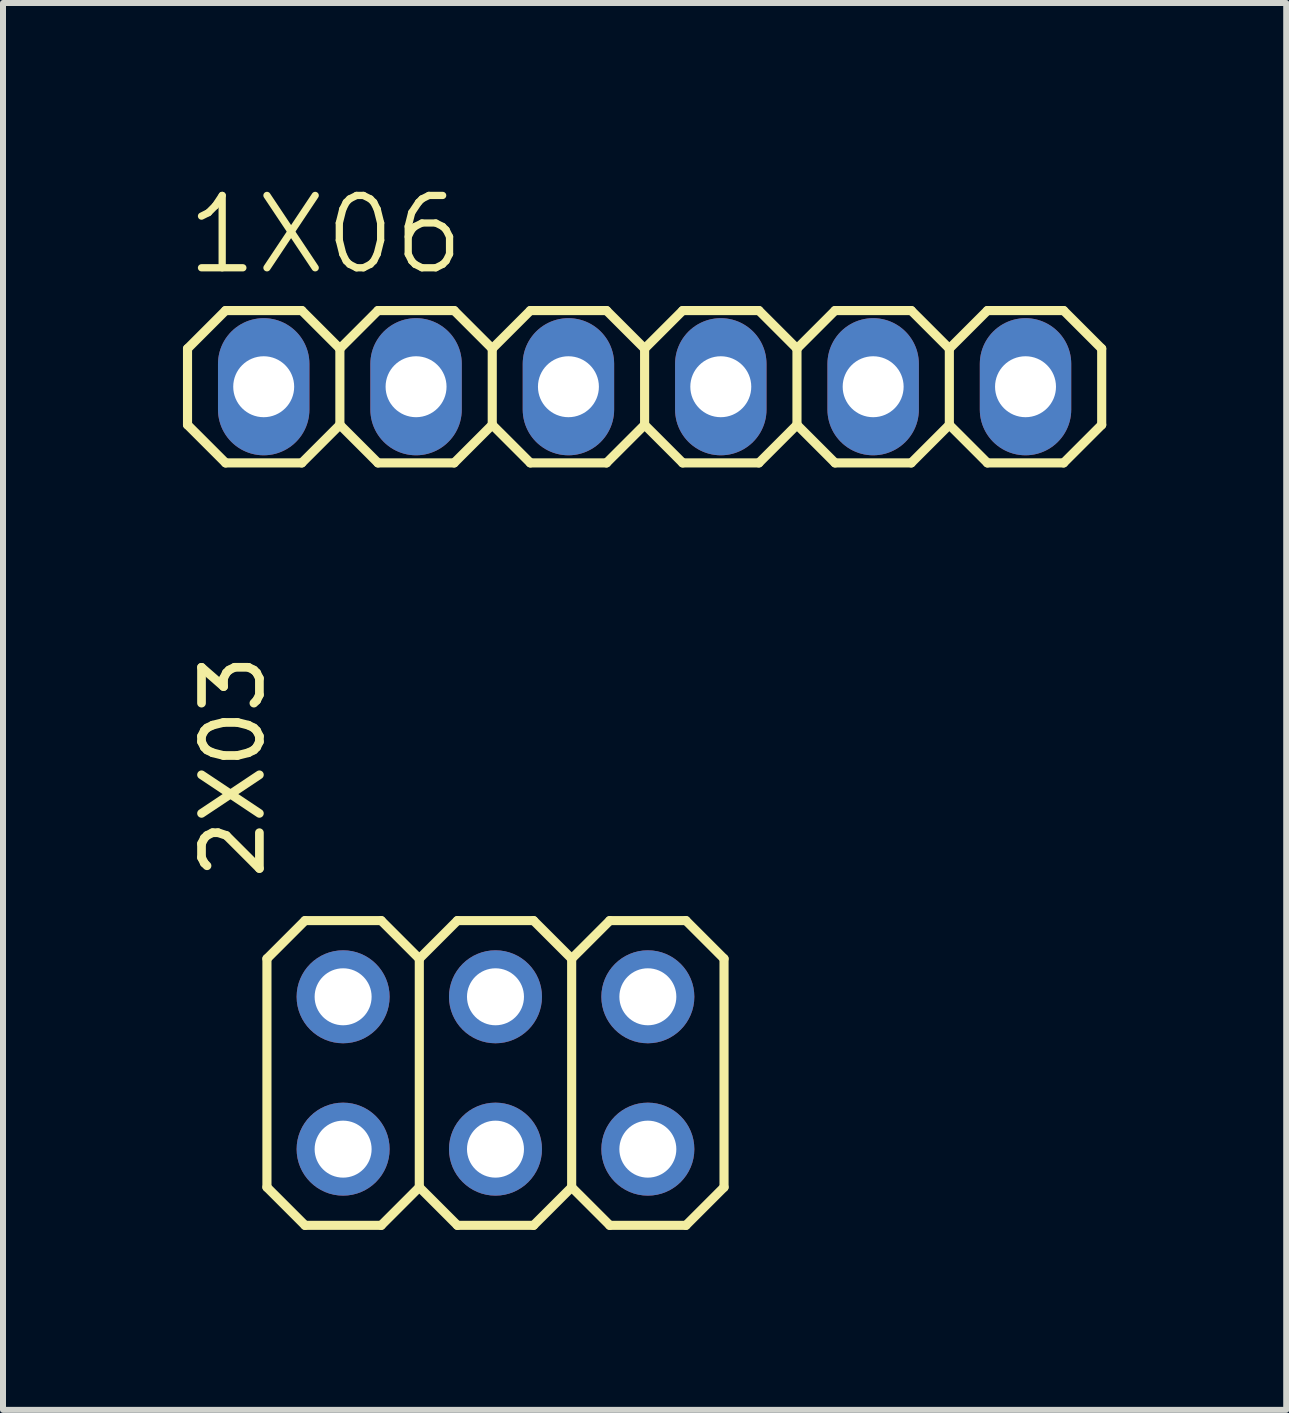
<source format=kicad_pcb>
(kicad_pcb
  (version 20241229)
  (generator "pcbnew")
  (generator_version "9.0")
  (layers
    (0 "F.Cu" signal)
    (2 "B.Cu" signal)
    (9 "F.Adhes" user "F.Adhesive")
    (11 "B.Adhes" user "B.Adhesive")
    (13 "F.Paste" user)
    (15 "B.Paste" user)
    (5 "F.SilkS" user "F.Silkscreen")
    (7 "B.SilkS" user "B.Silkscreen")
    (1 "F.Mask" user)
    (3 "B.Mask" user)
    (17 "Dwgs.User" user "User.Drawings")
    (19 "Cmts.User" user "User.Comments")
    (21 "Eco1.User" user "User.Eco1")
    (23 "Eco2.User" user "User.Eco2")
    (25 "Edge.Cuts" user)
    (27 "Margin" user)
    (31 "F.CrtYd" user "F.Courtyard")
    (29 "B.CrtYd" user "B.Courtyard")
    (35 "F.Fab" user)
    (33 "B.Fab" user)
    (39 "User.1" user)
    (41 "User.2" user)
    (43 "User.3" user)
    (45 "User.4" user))
  (footprint "2X03"
    (layer "F.Cu")
    (at 5.21 14.837)
    (property "Reference" "2X03" (at -3.81 -3.175 90) (layer "F.SilkS") (effects (font (size 0.965 0.965) (thickness 0.145)) (justify left bottom)))
    (attr through_hole)
    (fp_line (start -3.81 -1.905) (end -3.175 -2.54) (stroke (width 0.152) (type solid)) (layer "F.SilkS"))
    (fp_line (start -3.81 1.905) (end -3.81 -1.905) (stroke (width 0.152) (type solid)) (layer "F.SilkS"))
    (fp_line (start -3.81 1.905) (end -3.175 2.54) (stroke (width 0.152) (type solid)) (layer "F.SilkS"))
    (fp_line (start -3.175 -2.54) (end -1.905 -2.54) (stroke (width 0.152) (type solid)) (layer "F.SilkS"))
    (fp_line (start -3.175 2.54) (end -1.905 2.54) (stroke (width 0.152) (type solid)) (layer "F.SilkS"))
    (fp_line (start -1.905 -2.54) (end -1.27 -1.905) (stroke (width 0.152) (type solid)) (layer "F.SilkS"))
    (fp_line (start -1.905 2.54) (end -1.27 1.905) (stroke (width 0.152) (type solid)) (layer "F.SilkS"))
    (fp_line (start -1.27 -1.905) (end -1.27 1.905) (stroke (width 0.152) (type solid)) (layer "F.SilkS"))
    (fp_line (start -1.27 -1.905) (end -0.635 -2.54) (stroke (width 0.152) (type solid)) (layer "F.SilkS"))
    (fp_line (start -1.27 1.905) (end -0.635 2.54) (stroke (width 0.152) (type solid)) (layer "F.SilkS"))
    (fp_line (start -0.635 -2.54) (end 0.635 -2.54) (stroke (width 0.152) (type solid)) (layer "F.SilkS"))
    (fp_line (start -0.635 2.54) (end 0.635 2.54) (stroke (width 0.152) (type solid)) (layer "F.SilkS"))
    (fp_line (start 0.635 -2.54) (end 1.27 -1.905) (stroke (width 0.152) (type solid)) (layer "F.SilkS"))
    (fp_line (start 0.635 2.54) (end 1.27 1.905) (stroke (width 0.152) (type solid)) (layer "F.SilkS"))
    (fp_line (start 1.27 -1.905) (end 1.27 1.905) (stroke (width 0.152) (type solid)) (layer "F.SilkS"))
    (fp_line (start 1.27 -1.905) (end 1.905 -2.54) (stroke (width 0.152) (type solid)) (layer "F.SilkS"))
    (fp_line (start 1.27 1.905) (end 1.905 2.54) (stroke (width 0.152) (type solid)) (layer "F.SilkS"))
    (fp_line (start 1.905 -2.54) (end 3.175 -2.54) (stroke (width 0.152) (type solid)) (layer "F.SilkS"))
    (fp_line (start 1.905 2.54) (end 3.175 2.54) (stroke (width 0.152) (type solid)) (layer "F.SilkS"))
    (fp_line (start 3.175 -2.54) (end 3.81 -1.905) (stroke (width 0.152) (type solid)) (layer "F.SilkS"))
    (fp_line (start 3.175 2.54) (end 3.81 1.905) (stroke (width 0.152) (type solid)) (layer "F.SilkS"))
    (fp_line (start 3.81 -1.905) (end 3.81 1.905) (stroke (width 0.152) (type solid)) (layer "F.SilkS"))
    (fp_poly (pts (xy -2.794 -1.016) (xy -2.286 -1.016) (xy -2.286 -1.524) (xy -2.794 -1.524)) (stroke (width 0.1) (type solid)) (fill no) (layer "F.Fab"))
    (fp_poly (pts (xy -2.794 1.524) (xy -2.286 1.524) (xy -2.286 1.016) (xy -2.794 1.016)) (stroke (width 0.1) (type solid)) (fill no) (layer "F.Fab"))
    (fp_poly (pts (xy -0.254 -1.016) (xy 0.254 -1.016) (xy 0.254 -1.524) (xy -0.254 -1.524)) (stroke (width 0.1) (type solid)) (fill no) (layer "F.Fab"))
    (fp_poly (pts (xy -0.254 1.524) (xy 0.254 1.524) (xy 0.254 1.016) (xy -0.254 1.016)) (stroke (width 0.1) (type solid)) (fill no) (layer "F.Fab"))
    (fp_poly (pts (xy 2.286 -1.016) (xy 2.794 -1.016) (xy 2.794 -1.524) (xy 2.286 -1.524)) (stroke (width 0.1) (type solid)) (fill no) (layer "F.Fab"))
    (fp_poly (pts (xy 2.286 1.524) (xy 2.794 1.524) (xy 2.794 1.016) (xy 2.286 1.016)) (stroke (width 0.1) (type solid)) (fill no) (layer "F.Fab"))
    (pad "1" thru_hole circle (at -2.54 1.27) (size 1.55 1.55) (drill 0.95) (layers "*.Cu" "*.Mask"))
    (pad "2" thru_hole circle (at -2.54 -1.27) (size 1.55 1.55) (drill 0.95) (layers "*.Cu" "*.Mask"))
    (pad "3" thru_hole circle (at 0 1.27) (size 1.55 1.55) (drill 0.95) (layers "*.Cu" "*.Mask"))
    (pad "4" thru_hole circle (at 0 -1.27) (size 1.55 1.55) (drill 0.95) (layers "*.Cu" "*.Mask"))
    (pad "5" thru_hole circle (at 2.54 1.27) (size 1.55 1.55) (drill 0.95) (layers "*.Cu" "*.Mask"))
    (pad "6" thru_hole circle (at 2.54 -1.27) (size 1.55 1.55) (drill 0.95) (layers "*.Cu" "*.Mask")))
  (footprint "1X06"
    (layer "F.Cu")
    (at 7.696 3.397)
    (property "Reference" "1X06" (at -7.696 -1.829 0) (layer "F.SilkS") (effects (font (size 1.206 1.206) (thickness 0.121)) (justify left bottom)))
    (attr through_hole)
    (fp_line (start -7.62 -0.635) (end -7.62 0.635) (stroke (width 0.152) (type solid)) (layer "F.SilkS"))
    (fp_line (start -7.62 0.635) (end -6.985 1.27) (stroke (width 0.152) (type solid)) (layer "F.SilkS"))
    (fp_line (start -6.985 -1.27) (end -7.62 -0.635) (stroke (width 0.152) (type solid)) (layer "F.SilkS"))
    (fp_line (start -6.985 -1.27) (end -5.715 -1.27) (stroke (width 0.152) (type solid)) (layer "F.SilkS"))
    (fp_line (start -5.715 -1.27) (end -5.08 -0.635) (stroke (width 0.152) (type solid)) (layer "F.SilkS"))
    (fp_line (start -5.715 1.27) (end -6.985 1.27) (stroke (width 0.152) (type solid)) (layer "F.SilkS"))
    (fp_line (start -5.08 -0.635) (end -5.08 0.635) (stroke (width 0.152) (type solid)) (layer "F.SilkS"))
    (fp_line (start -5.08 -0.635) (end -4.445 -1.27) (stroke (width 0.152) (type solid)) (layer "F.SilkS"))
    (fp_line (start -5.08 0.635) (end -5.715 1.27) (stroke (width 0.152) (type solid)) (layer "F.SilkS"))
    (fp_line (start -4.445 -1.27) (end -3.175 -1.27) (stroke (width 0.152) (type solid)) (layer "F.SilkS"))
    (fp_line (start -4.445 1.27) (end -5.08 0.635) (stroke (width 0.152) (type solid)) (layer "F.SilkS"))
    (fp_line (start -3.175 -1.27) (end -2.54 -0.635) (stroke (width 0.152) (type solid)) (layer "F.SilkS"))
    (fp_line (start -3.175 1.27) (end -4.445 1.27) (stroke (width 0.152) (type solid)) (layer "F.SilkS"))
    (fp_line (start -2.54 -0.635) (end -2.54 0.635) (stroke (width 0.152) (type solid)) (layer "F.SilkS"))
    (fp_line (start -2.54 -0.635) (end -1.905 -1.27) (stroke (width 0.152) (type solid)) (layer "F.SilkS"))
    (fp_line (start -2.54 0.635) (end -3.175 1.27) (stroke (width 0.152) (type solid)) (layer "F.SilkS"))
    (fp_line (start -1.905 -1.27) (end -0.635 -1.27) (stroke (width 0.152) (type solid)) (layer "F.SilkS"))
    (fp_line (start -1.905 1.27) (end -2.54 0.635) (stroke (width 0.152) (type solid)) (layer "F.SilkS"))
    (fp_line (start -0.635 -1.27) (end 0 -0.635) (stroke (width 0.152) (type solid)) (layer "F.SilkS"))
    (fp_line (start -0.635 1.27) (end -1.905 1.27) (stroke (width 0.152) (type solid)) (layer "F.SilkS"))
    (fp_line (start 0 -0.635) (end 0 0.635) (stroke (width 0.152) (type solid)) (layer "F.SilkS"))
    (fp_line (start 0 0.635) (end -0.635 1.27) (stroke (width 0.152) (type solid)) (layer "F.SilkS"))
    (fp_line (start 0 0.635) (end 0.635 1.27) (stroke (width 0.152) (type solid)) (layer "F.SilkS"))
    (fp_line (start 0.635 -1.27) (end 0 -0.635) (stroke (width 0.152) (type solid)) (layer "F.SilkS"))
    (fp_line (start 0.635 -1.27) (end 1.905 -1.27) (stroke (width 0.152) (type solid)) (layer "F.SilkS"))
    (fp_line (start 1.905 -1.27) (end 2.54 -0.635) (stroke (width 0.152) (type solid)) (layer "F.SilkS"))
    (fp_line (start 1.905 1.27) (end 0.635 1.27) (stroke (width 0.152) (type solid)) (layer "F.SilkS"))
    (fp_line (start 2.54 -0.635) (end 2.54 0.635) (stroke (width 0.152) (type solid)) (layer "F.SilkS"))
    (fp_line (start 2.54 -0.635) (end 3.175 -1.27) (stroke (width 0.152) (type solid)) (layer "F.SilkS"))
    (fp_line (start 2.54 0.635) (end 1.905 1.27) (stroke (width 0.152) (type solid)) (layer "F.SilkS"))
    (fp_line (start 3.175 -1.27) (end 4.445 -1.27) (stroke (width 0.152) (type solid)) (layer "F.SilkS"))
    (fp_line (start 3.175 1.27) (end 2.54 0.635) (stroke (width 0.152) (type solid)) (layer "F.SilkS"))
    (fp_line (start 4.445 -1.27) (end 5.08 -0.635) (stroke (width 0.152) (type solid)) (layer "F.SilkS"))
    (fp_line (start 4.445 1.27) (end 3.175 1.27) (stroke (width 0.152) (type solid)) (layer "F.SilkS"))
    (fp_line (start 5.08 -0.635) (end 5.08 0.635) (stroke (width 0.152) (type solid)) (layer "F.SilkS"))
    (fp_line (start 5.08 0.635) (end 4.445 1.27) (stroke (width 0.152) (type solid)) (layer "F.SilkS"))
    (fp_line (start 5.08 0.635) (end 5.715 1.27) (stroke (width 0.152) (type solid)) (layer "F.SilkS"))
    (fp_line (start 5.715 -1.27) (end 5.08 -0.635) (stroke (width 0.152) (type solid)) (layer "F.SilkS"))
    (fp_line (start 5.715 -1.27) (end 6.985 -1.27) (stroke (width 0.152) (type solid)) (layer "F.SilkS"))
    (fp_line (start 6.985 -1.27) (end 7.62 -0.635) (stroke (width 0.152) (type solid)) (layer "F.SilkS"))
    (fp_line (start 6.985 1.27) (end 5.715 1.27) (stroke (width 0.152) (type solid)) (layer "F.SilkS"))
    (fp_line (start 7.62 -0.635) (end 7.62 0.635) (stroke (width 0.152) (type solid)) (layer "F.SilkS"))
    (fp_line (start 7.62 0.635) (end 6.985 1.27) (stroke (width 0.152) (type solid)) (layer "F.SilkS"))
    (fp_poly (pts (xy -6.604 0.254) (xy -6.096 0.254) (xy -6.096 -0.254) (xy -6.604 -0.254)) (stroke (width 0.1) (type solid)) (fill no) (layer "F.Fab"))
    (fp_poly (pts (xy -4.064 0.254) (xy -3.556 0.254) (xy -3.556 -0.254) (xy -4.064 -0.254)) (stroke (width 0.1) (type solid)) (fill no) (layer "F.Fab"))
    (fp_poly (pts (xy -1.524 0.254) (xy -1.016 0.254) (xy -1.016 -0.254) (xy -1.524 -0.254)) (stroke (width 0.1) (type solid)) (fill no) (layer "F.Fab"))
    (fp_poly (pts (xy 1.016 0.254) (xy 1.524 0.254) (xy 1.524 -0.254) (xy 1.016 -0.254)) (stroke (width 0.1) (type solid)) (fill no) (layer "F.Fab"))
    (fp_poly (pts (xy 3.556 0.254) (xy 4.064 0.254) (xy 4.064 -0.254) (xy 3.556 -0.254)) (stroke (width 0.1) (type solid)) (fill no) (layer "F.Fab"))
    (fp_poly (pts (xy 6.096 0.254) (xy 6.604 0.254) (xy 6.604 -0.254) (xy 6.096 -0.254)) (stroke (width 0.1) (type solid)) (fill no) (layer "F.Fab"))
    (pad "1" thru_hole oval (at -6.35 0 90) (size 2.286 1.524) (drill 1.016) (layers "*.Cu" "*.Mask"))
    (pad "2" thru_hole oval (at -3.81 0 90) (size 2.286 1.524) (drill 1.016) (layers "*.Cu" "*.Mask"))
    (pad "3" thru_hole oval (at -1.27 0 90) (size 2.286 1.524) (drill 1.016) (layers "*.Cu" "*.Mask"))
    (pad "4" thru_hole oval (at 1.27 0 90) (size 2.286 1.524) (drill 1.016) (layers "*.Cu" "*.Mask"))
    (pad "5" thru_hole oval (at 3.81 0 90) (size 2.286 1.524) (drill 1.016) (layers "*.Cu" "*.Mask"))
    (pad "6" thru_hole oval (at 6.35 0 90) (size 2.286 1.524) (drill 1.016) (layers "*.Cu" "*.Mask")))
  (gr_rect
    (start -3 -3)
    (end 18.392 20.453)
    (stroke (width 0.1) (type default))
    (fill no)
    (layer "Edge.Cuts")))
</source>
